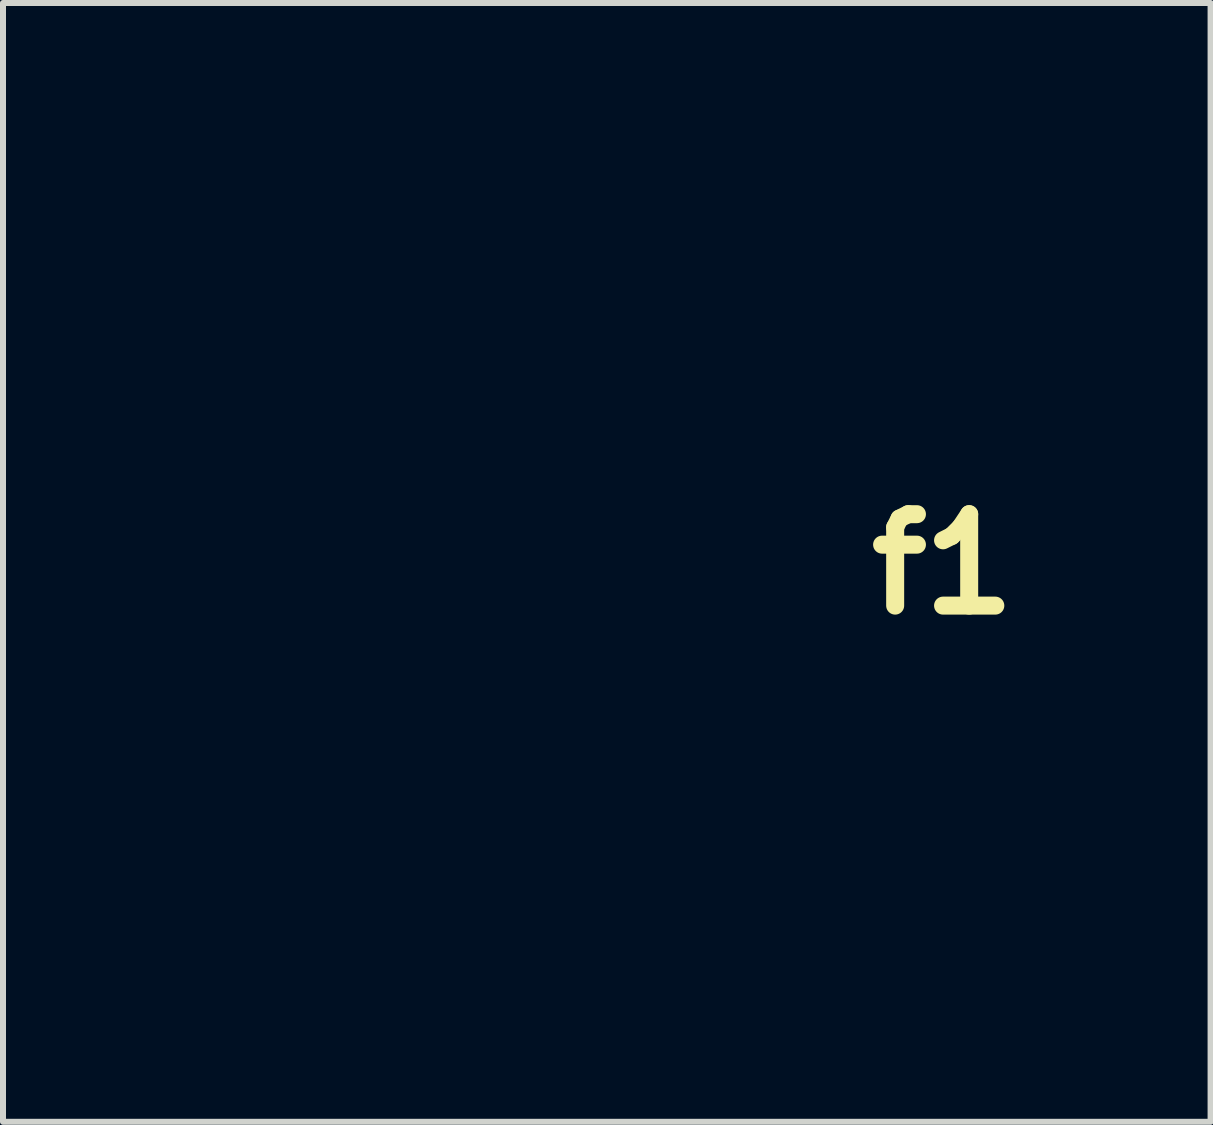
<source format=kicad_pcb>
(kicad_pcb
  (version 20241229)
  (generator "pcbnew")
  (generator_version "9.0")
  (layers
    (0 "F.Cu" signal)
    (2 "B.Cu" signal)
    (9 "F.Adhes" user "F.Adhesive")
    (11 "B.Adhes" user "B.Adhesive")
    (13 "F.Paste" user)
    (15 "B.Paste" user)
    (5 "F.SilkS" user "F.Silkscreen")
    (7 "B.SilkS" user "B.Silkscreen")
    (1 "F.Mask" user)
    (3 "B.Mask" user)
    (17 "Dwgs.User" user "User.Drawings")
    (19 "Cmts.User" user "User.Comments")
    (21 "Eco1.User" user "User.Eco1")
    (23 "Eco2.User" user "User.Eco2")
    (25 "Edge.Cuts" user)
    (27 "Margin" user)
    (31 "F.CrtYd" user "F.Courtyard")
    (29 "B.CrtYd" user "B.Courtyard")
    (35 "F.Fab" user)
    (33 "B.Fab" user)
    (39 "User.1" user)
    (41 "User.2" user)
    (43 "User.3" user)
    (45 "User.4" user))
  (footprint "f1"
    (layer "F.Cu")
    (at 12.669 6.355)
    (property "Reference" "f1" (at 0 0 0) (layer "F.SilkS") (effects (font (size 1.524 1.524) (thickness 0.3))))
    (attr through_hole)
    (fp_poly (pts (xy -5.783 4.283) (xy -5.176 4.331) (xy -4.587 4.406) (xy -4.142 4.494) (xy -3.969 4.582) (xy -4.144 4.686) (xy -4.584 4.743) (xy -5.159 4.753) (xy -5.741 4.716) (xy -6.198 4.633) (xy -6.344 4.572) (xy -6.547 4.384) (xy -6.543 4.319) (xy -6.281 4.275) (xy -5.783 4.283)) (stroke (width 0.01) (type solid)) (fill no) (layer "Eco2.User"))
    (fp_poly (pts (xy -5.795 -2.681) (xy -5.755 -2.58) (xy -5.925 -2.433) (xy -6.271 -2.381) (xy -6.811 -2.211) (xy -7.434 -1.733) (xy -7.481 -1.687) (xy -7.96 -1.225) (xy -8.224 -1.02) (xy -8.327 -1.039) (xy -8.334 -1.098) (xy -8.193 -1.443) (xy -7.847 -1.888) (xy -7.412 -2.299) (xy -7.124 -2.491) (xy -6.57 -2.705) (xy -6.088 -2.771) (xy -5.795 -2.681)) (stroke (width 0.01) (type solid)) (fill no) (layer "Eco2.User"))
    (fp_poly (pts (xy -5.357 -6.273) (xy -5.45 -6.092) (xy -5.8 -5.877) (xy -5.922 -5.827) (xy -6.365 -5.541) (xy -6.598 -5.188) (xy -6.629 -4.929) (xy -6.481 -4.801) (xy -6.064 -4.755) (xy -5.786 -4.749) (xy -5.074 -4.715) (xy -4.421 -4.646) (xy -4.266 -4.62) (xy -3.719 -4.557) (xy -2.988 -4.524) (xy -2.58 -4.523) (xy -1.989 -4.524) (xy -1.752 -4.495) (xy -1.828 -4.42) (xy -2.034 -4.337) (xy -2.424 -4.141) (xy -2.58 -3.964) (xy -2.429 -3.708) (xy -1.997 -3.702) (xy -1.652 -3.807) (xy -0.839 -3.934) (xy -0.13 -3.689) (xy 0.402 -3.12) (xy 0.744 -2.281) (xy 0.699 -1.511) (xy 0.323 -0.859) (xy 0.007 -0.369) (xy -0.014 0.047) (xy 0.015 0.136) (xy 0.125 0.844) (xy 0.052 1.748) (xy -0.187 2.702) (xy -0.401 3.238) (xy -1.128 4.342) (xy -2.131 5.228) (xy -3.335 5.866) (xy -4.666 6.229) (xy -6.051 6.288) (xy -7.417 6.015) (xy -7.504 5.985) (xy -8.246 5.643) (xy -8.945 5.199) (xy -9.219 4.969) (xy -9.662 4.582) (xy -9.971 4.454) (xy -10.269 4.537) (xy -10.284 4.546) (xy -10.974 4.749) (xy -11.622 4.576) (xy -12.12 4.182) (xy -12.583 3.514) (xy -12.632 3.12) (xy -12.341 3.12) (xy -12.258 3.417) (xy -11.895 3.993) (xy -11.355 4.332) (xy -10.757 4.371) (xy -10.568 4.308) (xy -10.242 4.046) (xy -10.212 3.818) (xy -10.31 3.454) (xy -10.319 3.363) (xy -10.43 3.246) (xy -10.671 3.343) (xy -10.903 3.576) (xy -10.979 3.738) (xy -11.05 3.882) (xy -11.089 3.636) (xy -11.089 3.621) (xy -11.033 3.274) (xy -10.914 3.175) (xy -10.721 3.024) (xy -10.716 2.977) (xy -10.86 2.799) (xy -11.185 2.799) (xy -11.53 2.952) (xy -11.692 3.125) (xy -11.851 3.365) (xy -11.896 3.255) (xy -11.9 3.119) (xy -11.738 2.802) (xy -11.365 2.559) (xy -10.963 2.49) (xy -10.839 2.531) (xy -10.734 2.483) (xy -10.756 2.359) (xy -11.014 2.068) (xy -11.439 2.086) (xy -11.954 2.411) (xy -12.286 2.774) (xy -12.341 3.12) (xy -12.632 3.12) (xy -12.664 2.864) (xy -12.379 2.289) (xy -11.842 1.916) (xy -10.457 1.916) (xy -10.435 2.293) (xy -10.221 2.869) (xy -9.877 3.535) (xy -9.46 4.18) (xy -9.033 4.697) (xy -8.847 4.863) (xy -7.614 5.562) (xy -6.246 5.896) (xy -4.771 5.86) (xy -3.777 5.639) (xy -2.89 5.235) (xy -2.003 4.595) (xy -1.218 3.816) (xy -0.64 2.995) (xy -0.416 2.462) (xy -0.264 1.707) (xy -0.209 0.962) (xy -0.253 0.363) (xy -0.35 0.097) (xy -0.577 -0.012) (xy -0.976 -0.084) (xy -1.395 -0.107) (xy -1.687 -0.07) (xy -1.731 0) (xy -1.289 0.858) (xy -1.086 1.436) (xy -1.134 1.781) (xy -1.445 1.938) (xy -2.029 1.951) (xy -2.205 1.938) (xy -3.076 1.866) (xy -2.222 1.7) (xy -1.779 1.599) (xy -1.54 1.464) (xy -1.511 1.232) (xy -1.698 0.838) (xy -2.106 0.219) (xy -2.402 -0.205) (xy -2.932 -0.895) (xy -3.308 -1.221) (xy -3.543 -1.182) (xy -3.651 -0.774) (xy -3.643 0.005) (xy -3.64 0.062) (xy -3.633 0.976) (xy -3.762 1.522) (xy -3.812 1.597) (xy -4.543 2.229) (xy -5.354 2.538) (xy -6.166 2.536) (xy -6.902 2.232) (xy -7.481 1.635) (xy -7.74 1.088) (xy -7.91 0.638) (xy -8.021 0.437) (xy -7.526 0.437) (xy -7.369 1.092) (xy -7.108 1.488) (xy -6.815 1.842) (xy -6.663 1.903) (xy -6.548 1.691) (xy -6.514 1.599) (xy -6.255 1.273) (xy -5.937 1.247) (xy -5.706 1.495) (xy -5.671 1.743) (xy -5.562 2.098) (xy -5.236 2.166) (xy -4.748 1.948) (xy -4.426 1.704) (xy -4.064 1.317) (xy -3.91 0.878) (xy -3.888 0.322) (xy -3.963 -0.349) (xy -4.193 -0.793) (xy -4.384 -0.978) (xy -5.086 -1.331) (xy -5.855 -1.352) (xy -6.587 -1.066) (xy -7.176 -0.499) (xy -7.319 -0.261) (xy -7.526 0.437) (xy -8.021 0.437) (xy -8.039 0.406) (xy -8.055 0.397) (xy -8.334 0.5) (xy -8.815 0.761) (xy -9.382 1.107) (xy -9.922 1.467) (xy -10.319 1.767) (xy -10.457 1.916) (xy -11.842 1.916) (xy -11.74 1.846) (xy -11.536 1.766) (xy -11.16 1.601) (xy -10.977 1.368) (xy -10.918 0.936) (xy -10.917 0.811) (xy -10.682 0.811) (xy -10.644 1.092) (xy -10.433 1.156) (xy -9.99 1.011) (xy -9.39 0.7) (xy -8.706 0.268) (xy -8.013 -0.242) (xy -7.383 -0.785) (xy -7.217 -0.948) (xy -6.685 -1.444) (xy -6.253 -1.698) (xy -5.78 -1.783) (xy -5.618 -1.786) (xy -5.009 -1.717) (xy -4.52 -1.548) (xy -4.463 -1.511) (xy -4.005 -1.362) (xy -3.561 -1.598) (xy -3.478 -1.718) (xy -2.763 -1.718) (xy -2.654 -1.298) (xy -2.522 -1.084) (xy -2.313 -1.175) (xy -2.203 -1.271) (xy -1.812 -1.466) (xy -1.519 -1.373) (xy -1.435 -1.068) (xy -1.54 -0.8) (xy -1.675 -0.52) (xy -1.546 -0.413) (xy -1.183 -0.397) (xy -0.493 -0.585) (xy -0.066 -0.908) (xy 0.271 -1.327) (xy 0.374 -1.769) (xy 0.339 -2.213) (xy 0.085 -2.969) (xy -0.384 -3.432) (xy -0.996 -3.58) (xy -1.673 -3.389) (xy -2.198 -2.992) (xy -2.665 -2.358) (xy -2.763 -1.718) (xy -3.478 -1.718) (xy -3.126 -2.226) (xy -2.962 -2.565) (xy -2.74 -3.132) (xy -2.707 -3.453) (xy -2.823 -3.603) (xy -3.143 -3.607) (xy -3.296 -3.469) (xy -3.575 -3.198) (xy -3.702 -3.288) (xy -3.66 -3.644) (xy -3.661 -3.98) (xy -3.897 -4.198) (xy -4.42 -4.319) (xy -5.278 -4.362) (xy -5.434 -4.363) (xy -6.878 -4.192) (xy -8.132 -3.672) (xy -9.191 -2.808) (xy -9.838 -1.959) (xy -10.157 -1.327) (xy -10.427 -0.567) (xy -10.614 0.19) (xy -10.682 0.811) (xy -10.917 0.811) (xy -10.914 0.592) (xy -10.89 -0.042) (xy -10.83 -0.54) (xy -10.795 -0.674) (xy -10.859 -0.996) (xy -11.182 -1.213) (xy -11.55 -1.512) (xy -11.823 -1.965) (xy -11.974 -2.462) (xy -11.977 -2.893) (xy -11.803 -3.148) (xy -11.672 -3.175) (xy -11.556 -3.012) (xy -11.59 -2.682) (xy -11.569 -2.149) (xy -11.314 -1.789) (xy -10.976 -1.499) (xy -10.765 -1.393) (xy -10.585 -1.548) (xy -10.272 -1.944) (xy -9.996 -2.346) (xy -9.651 -2.906) (xy -9.513 -3.259) (xy -9.552 -3.517) (xy -9.648 -3.67) (xy -9.865 -4.195) (xy -9.906 -4.815) (xy -9.774 -5.355) (xy -9.619 -5.56) (xy -9.308 -5.733) (xy -9.203 -5.611) (xy -9.327 -5.254) (xy -9.433 -5.077) (xy -9.649 -4.683) (xy -9.626 -4.381) (xy -9.444 -4.068) (xy -9.176 -3.7) (xy -8.946 -3.607) (xy -8.609 -3.774) (xy -8.365 -3.943) (xy -7.842 -4.256) (xy -7.392 -4.452) (xy -7.015 -4.739) (xy -6.942 -5.024) (xy -6.877 -5.474) (xy -6.793 -5.675) (xy -6.472 -5.961) (xy -5.996 -6.226) (xy -5.584 -6.35) (xy -5.569 -6.35) (xy -5.357 -6.273)) (stroke (width 0.01) (type solid)) (fill no) (layer "Eco2.User")))
  (gr_rect
    (start -3 -3)
    (end 17.128 15.648)
    (stroke (width 0.1) (type default))
    (fill no)
    (layer "Edge.Cuts")))
</source>
